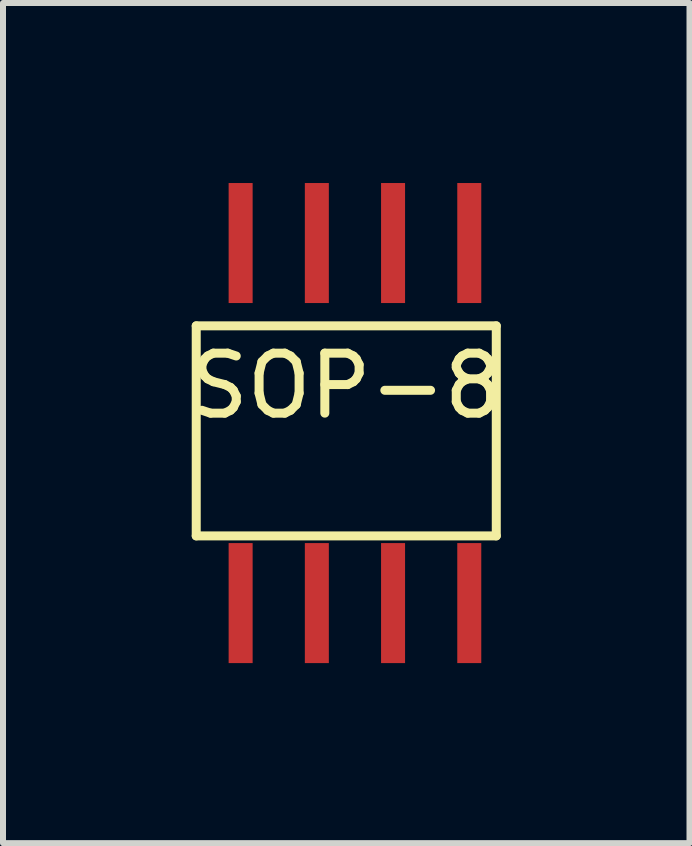
<source format=kicad_pcb>
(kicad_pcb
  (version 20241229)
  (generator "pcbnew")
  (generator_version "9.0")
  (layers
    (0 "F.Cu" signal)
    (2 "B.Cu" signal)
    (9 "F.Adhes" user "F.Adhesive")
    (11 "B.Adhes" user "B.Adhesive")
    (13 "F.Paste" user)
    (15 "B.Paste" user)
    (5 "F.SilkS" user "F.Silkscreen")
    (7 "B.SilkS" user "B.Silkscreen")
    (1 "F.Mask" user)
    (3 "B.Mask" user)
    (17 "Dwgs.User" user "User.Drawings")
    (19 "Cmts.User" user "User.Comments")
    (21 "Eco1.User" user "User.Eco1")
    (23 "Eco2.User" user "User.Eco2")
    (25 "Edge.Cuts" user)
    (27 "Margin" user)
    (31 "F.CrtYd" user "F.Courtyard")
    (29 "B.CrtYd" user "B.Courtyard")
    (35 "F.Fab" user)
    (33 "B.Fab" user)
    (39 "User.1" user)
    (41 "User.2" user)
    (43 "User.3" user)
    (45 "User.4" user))
  (footprint "SOP-8"
    (layer "F.Cu")
    (at 0.42 1.5)
    (property "Reference" "SOP-8" (at 2.3 1.88 0) (layer "F.SilkS") (effects (font (size 1 1) (thickness 0.15))))
    (attr through_hole)
    (fp_line (start -0.2 0.88) (end 4.8 0.88) (stroke (width 0.15) (type solid)) (layer "F.SilkS"))
    (fp_line (start -0.2 4.38) (end -0.2 0.88) (stroke (width 0.15) (type solid)) (layer "F.SilkS"))
    (fp_line (start 4.8 0.88) (end 4.8 4.38) (stroke (width 0.15) (type solid)) (layer "F.SilkS"))
    (fp_line (start 4.8 4.38) (end -0.2 4.38) (stroke (width 0.15) (type solid)) (layer "F.SilkS"))
    (pad "1" smd rect (at 0.54 5.5) (size 0.4 2) (layers "F.Cu" "F.Mask" "F.Paste"))
    (pad "2" smd rect (at 1.81 5.5) (size 0.4 2) (layers "F.Cu" "F.Mask" "F.Paste"))
    (pad "3" smd rect (at 3.08 5.5) (size 0.4 2) (layers "F.Cu" "F.Mask" "F.Paste"))
    (pad "4" smd rect (at 4.35 5.5) (size 0.4 2) (layers "F.Cu" "F.Mask" "F.Paste"))
    (pad "5" smd rect (at 4.35 -0.5) (size 0.4 2) (layers "F.Cu" "F.Mask" "F.Paste"))
    (pad "6" smd rect (at 3.08 -0.5) (size 0.4 2) (layers "F.Cu" "F.Mask" "F.Paste"))
    (pad "7" smd rect (at 1.81 -0.5) (size 0.4 2) (layers "F.Cu" "F.Mask" "F.Paste"))
    (pad "8" smd rect (at 0.54 -0.5) (size 0.4 2) (layers "F.Cu" "F.Mask" "F.Paste")))
  (gr_rect
    (start -3 -3)
    (end 8.44 11)
    (stroke (width 0.1) (type default))
    (fill no)
    (layer "Edge.Cuts")))
</source>
